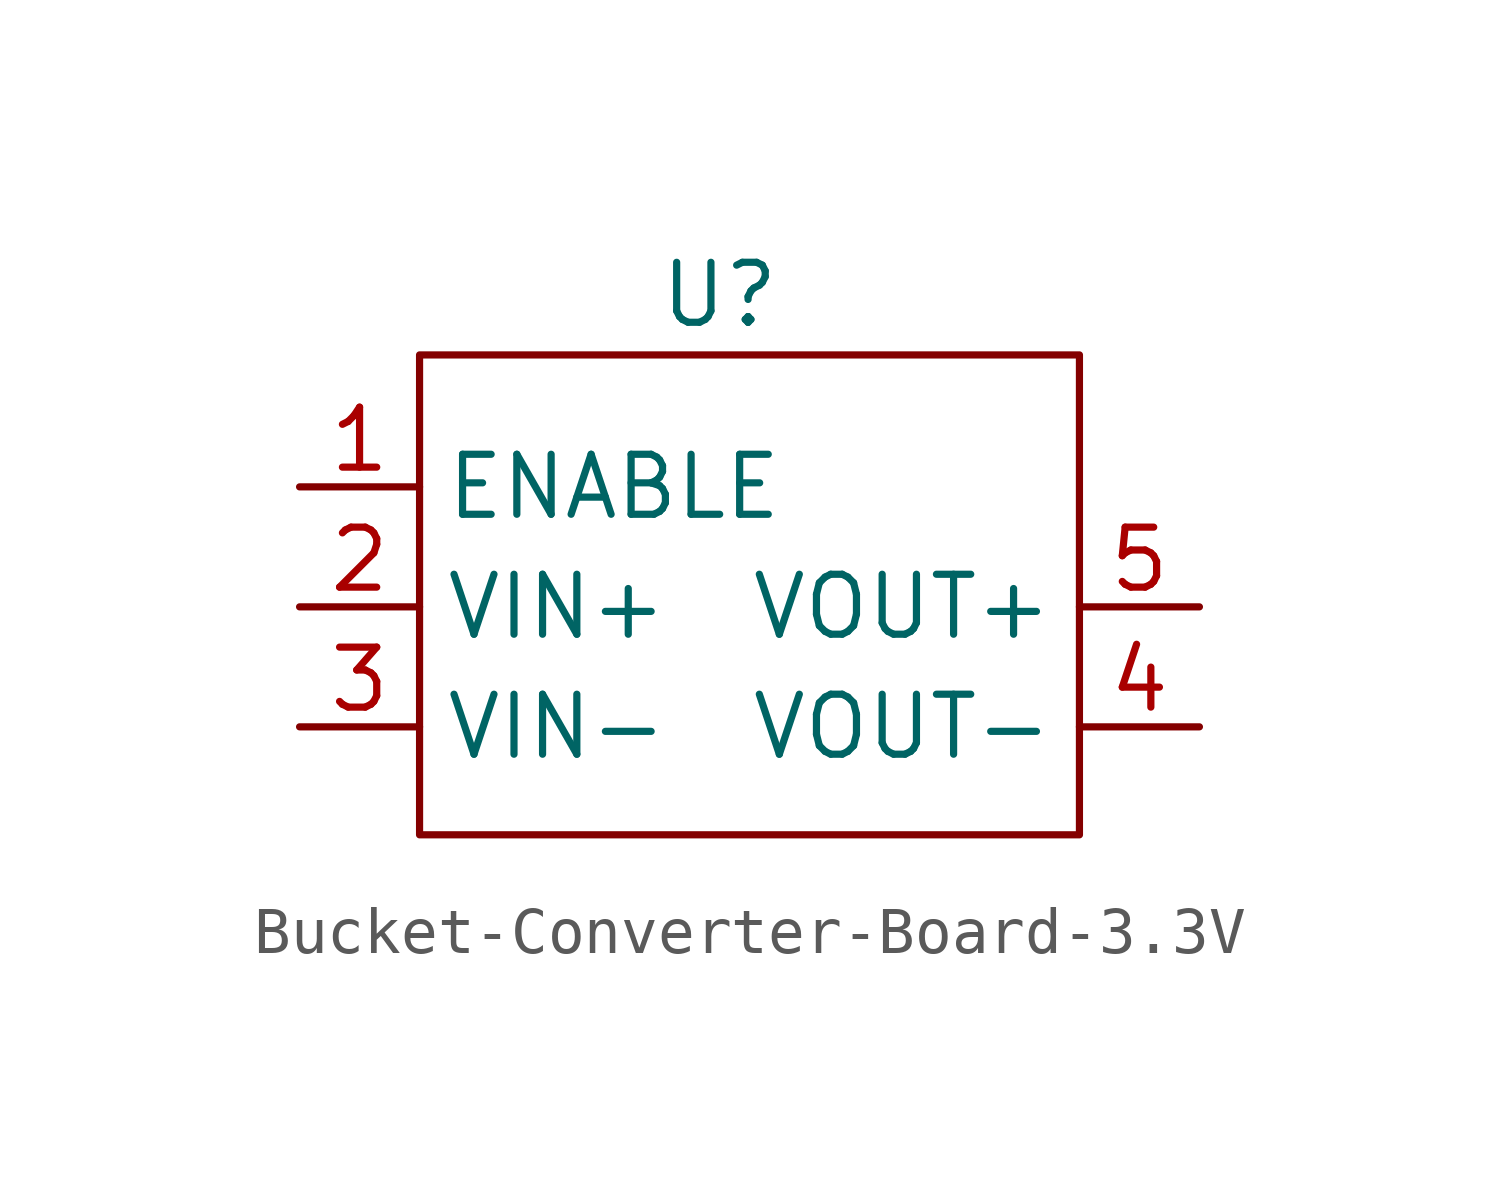
<source format=kicad_sym>
(kicad_symbol_lib
  (version 20231120)
  (generator "kicad_symbol_editor")
  (generator_version "8.0")
  (symbol "Bucket-Converter-Board-3.3V"
    (property "Reference" "U"
      (at 0 6.604 0)
      (effects (font (size 1.27 1.27))))
    (property "Value" ""
      (at -7.112 5.334 0)
      (effects (font (size 1.27 1.27))))
    (symbol "Bucket-Converter-Board-3.3V_0_1"
      (polyline (pts (xy -6.35 5.334) (xy 7.62 5.334) (xy 7.62 -4.826) (xy -6.35 -4.826) (xy -6.35 5.334)) (stroke (width 0) (type default)) (fill (type none))))
    (symbol "Bucket-Converter-Board-3.3V_1_1"
      (pin input line (at -8.89 2.54 0) (length 2.54) (name "ENABLE" (effects (font (size 1.27 1.27)))) (number "1" (effects (font (size 1.27 1.27)))))
      (pin power_in line (at -8.89 0 0) (length 2.54) (name "VIN+" (effects (font (size 1.27 1.27)))) (number "2" (effects (font (size 1.27 1.27)))))
      (pin power_in line (at -8.89 -2.54 0) (length 2.54) (name "VIN-" (effects (font (size 1.27 1.27)))) (number "3" (effects (font (size 1.27 1.27)))))
      (pin power_out line (at 10.16 -2.54 180) (length 2.54) (name "VOUT-" (effects (font (size 1.27 1.27)))) (number "4" (effects (font (size 1.27 1.27)))))
      (pin power_out line (at 10.16 0 180) (length 2.54) (name "VOUT+" (effects (font (size 1.27 1.27)))) (number "5" (effects (font (size 1.27 1.27))))))))
</source>
